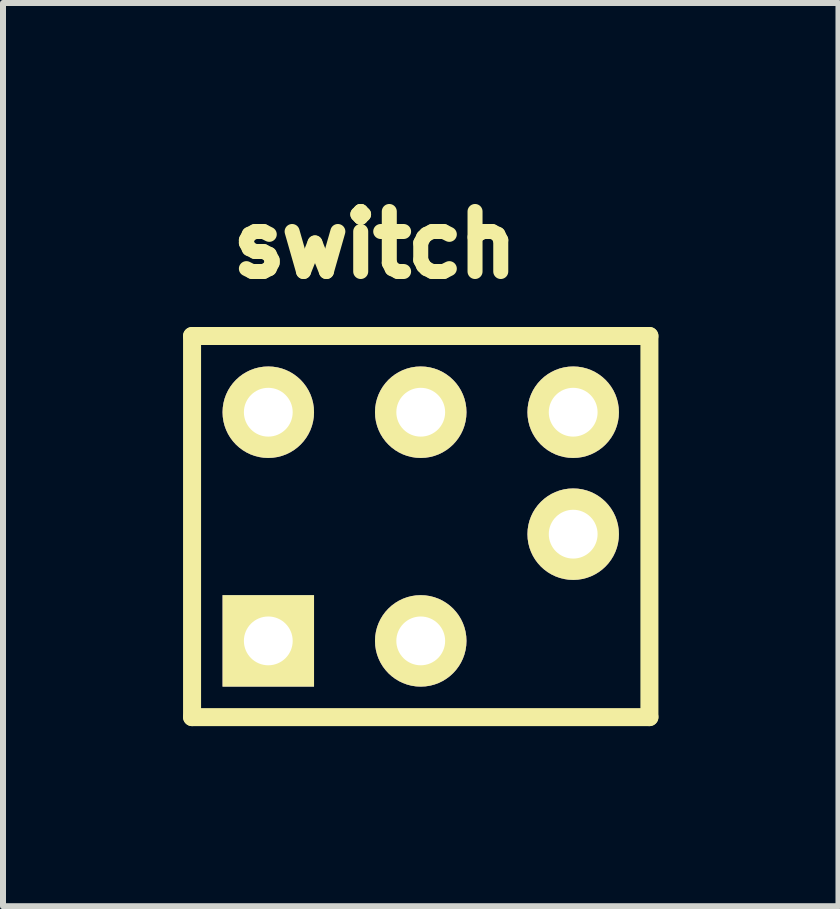
<source format=kicad_pcb>
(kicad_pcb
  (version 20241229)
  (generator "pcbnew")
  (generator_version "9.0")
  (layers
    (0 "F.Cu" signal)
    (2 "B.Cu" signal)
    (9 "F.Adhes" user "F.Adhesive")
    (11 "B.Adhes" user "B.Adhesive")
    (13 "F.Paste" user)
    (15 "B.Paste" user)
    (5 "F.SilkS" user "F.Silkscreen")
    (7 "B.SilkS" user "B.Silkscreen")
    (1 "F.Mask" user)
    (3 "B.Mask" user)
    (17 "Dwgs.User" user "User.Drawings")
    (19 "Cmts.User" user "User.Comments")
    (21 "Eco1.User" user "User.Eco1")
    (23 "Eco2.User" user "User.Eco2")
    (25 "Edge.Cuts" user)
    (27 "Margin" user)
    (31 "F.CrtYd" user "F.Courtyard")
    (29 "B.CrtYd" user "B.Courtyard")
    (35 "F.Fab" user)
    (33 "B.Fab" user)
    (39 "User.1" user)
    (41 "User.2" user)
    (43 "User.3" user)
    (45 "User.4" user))
  (footprint "switch"
    (layer "F.Cu")
    (at 3.96 5.85)
    (property "Reference" "switch" (at -0.762 -4.826 0) (layer "F.SilkS") (effects (font (size 1 1) (thickness 0.25))))
    (attr through_hole)
    (fp_line (start -3.81 -3.302) (end -3.81 3.048) (stroke (width 0.3) (type solid)) (layer "F.SilkS"))
    (fp_line (start -3.81 -3.302) (end 3.81 -3.302) (stroke (width 0.3) (type solid)) (layer "F.SilkS"))
    (fp_line (start 3.81 -3.302) (end 3.81 3.048) (stroke (width 0.3) (type solid)) (layer "F.SilkS"))
    (fp_line (start 3.81 3.048) (end -3.81 3.048) (stroke (width 0.3) (type solid)) (layer "F.SilkS"))
    (pad "1" thru_hole rect (at -2.54 1.778) (size 1.524 1.524) (drill 0.813) (layers "*.Cu" "*.Mask" "F.SilkS"))
    (pad "2" thru_hole circle (at 0 1.778) (size 1.524 1.524) (drill 0.813) (layers "*.Cu" "*.Mask" "F.SilkS"))
    (pad "3" thru_hole circle (at 2.54 0) (size 1.524 1.524) (drill 0.813) (layers "*.Cu" "*.Mask" "F.SilkS"))
    (pad "4" thru_hole circle (at 2.54 -2.032) (size 1.524 1.524) (drill 0.813) (layers "*.Cu" "*.Mask" "F.SilkS"))
    (pad "5" thru_hole circle (at 0 -2.032) (size 1.524 1.524) (drill 0.813) (layers "*.Cu" "*.Mask" "F.SilkS"))
    (pad "6" thru_hole circle (at -2.54 -2.032) (size 1.524 1.524) (drill 0.813) (layers "*.Cu" "*.Mask" "F.SilkS")))
  (gr_rect
    (start -3 -3)
    (end 10.92 12.048)
    (stroke (width 0.1) (type default))
    (fill no)
    (layer "Edge.Cuts")))
</source>
